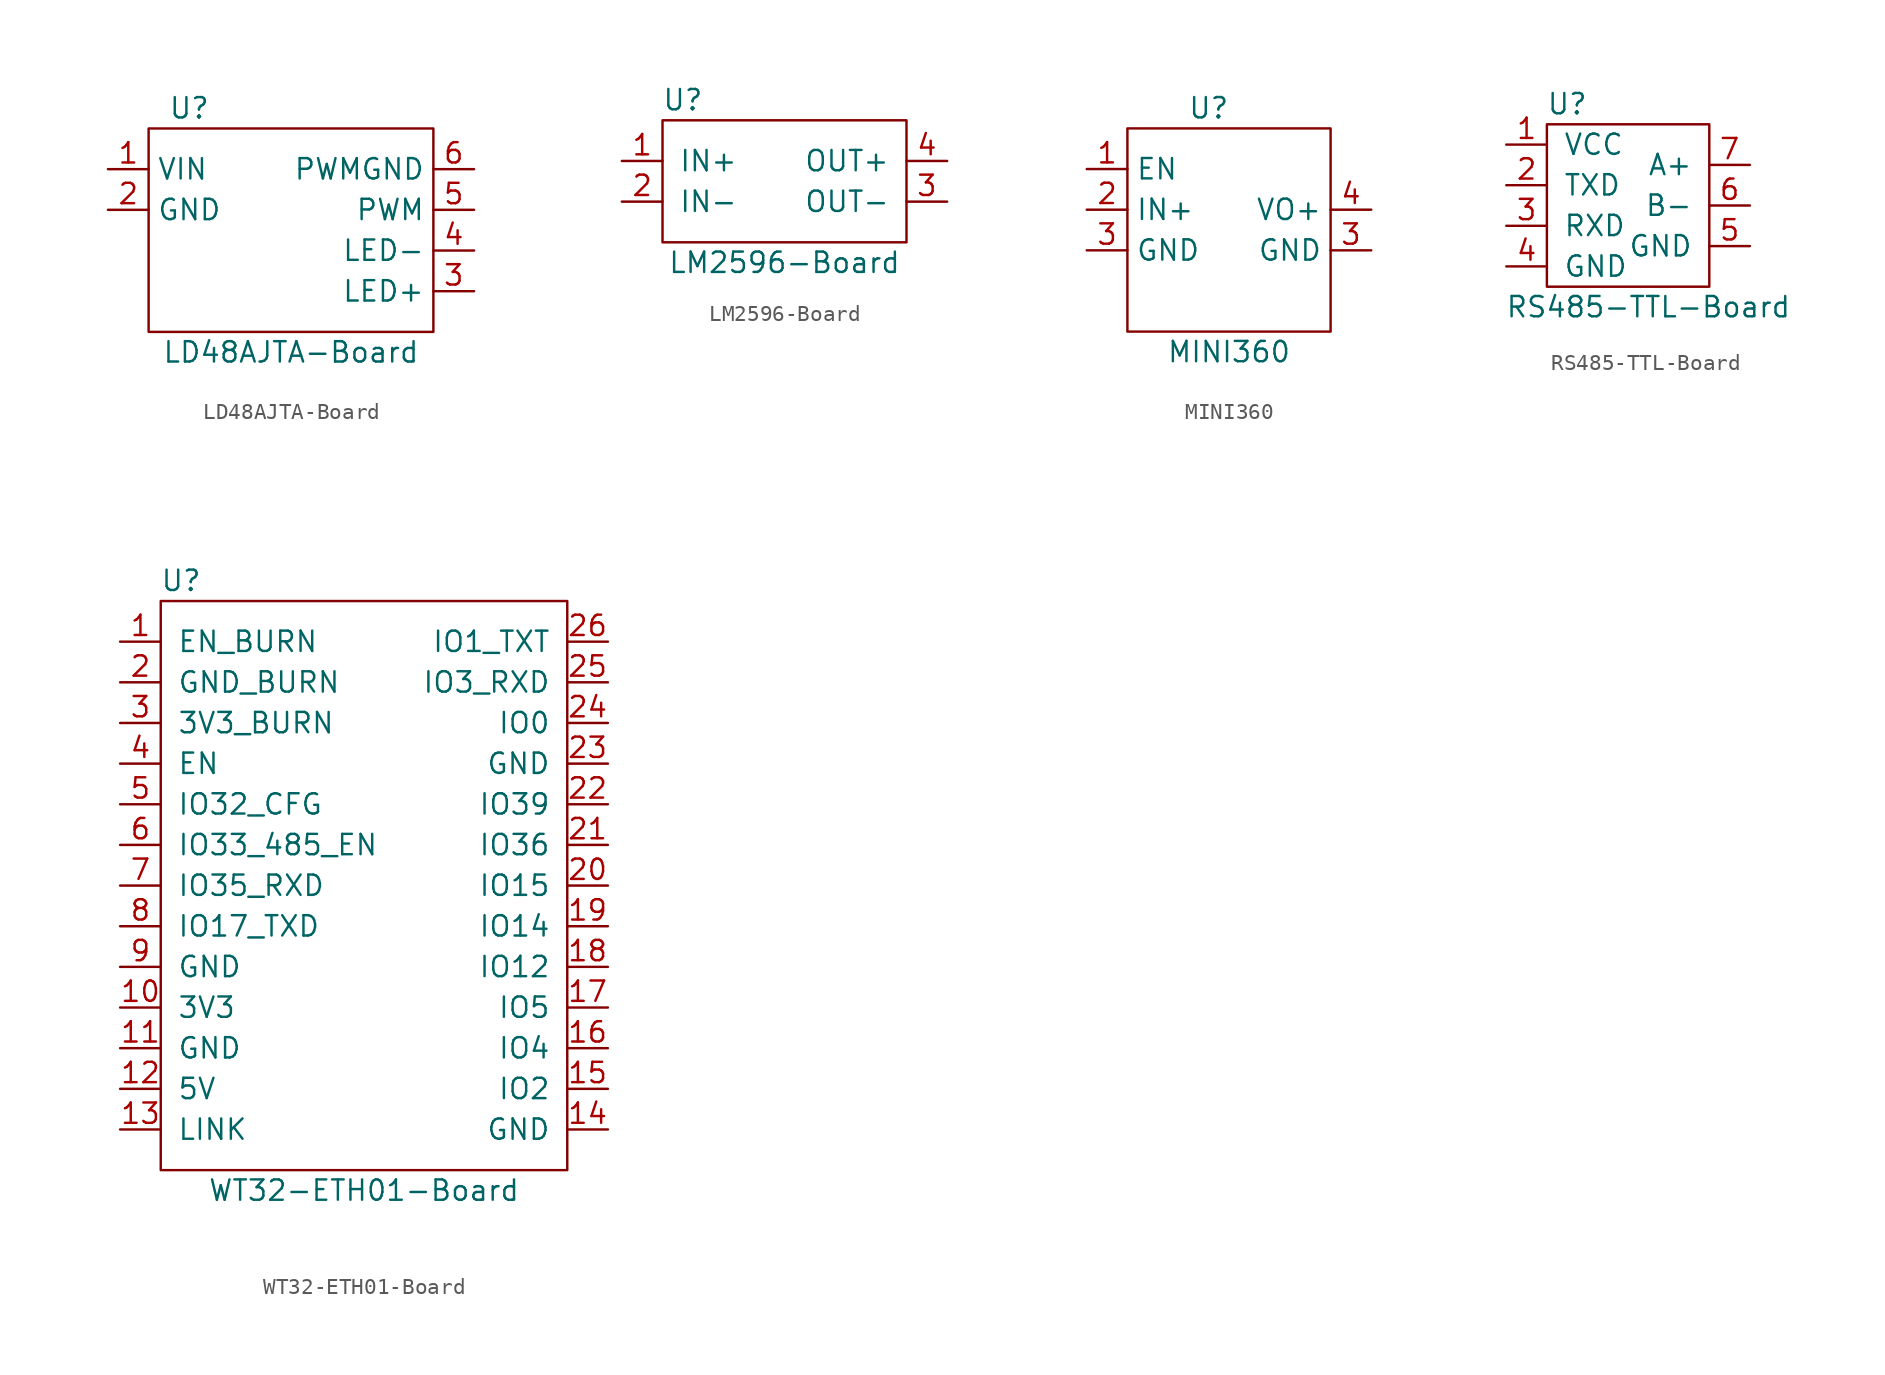
<source format=kicad_sym>
(kicad_symbol_lib
  (version 20210619)
  (generator kicad_symbol_editor)
  (symbol "boards:LD48AJTA-Board"
    (property "Reference" "U"
      (at -6.35 7.62 0)
      (effects (font (size 1.27 1.27))))
    (property "Value" "LD48AJTA-Board"
      (at 0 -7.62 0)
      (effects (font (size 1.27 1.27))))
    (symbol "LD48AJTA-Board_0_1"
      (rectangle (start -8.89 6.35) (end 8.89 -6.35) (stroke (width 0.152)) (fill (type none))))
    (symbol "LD48AJTA-Board_1_1"
      (pin power_in line (at -11.43 3.81 0) (length 2.54) (name "VIN" (effects (font (size 1.27 1.27)))) (number "1" (effects (font (size 1.27 1.27)))))
      (pin power_in line (at -11.43 1.27 0) (length 2.54) (name "GND" (effects (font (size 1.27 1.27)))) (number "2" (effects (font (size 1.27 1.27)))))
      (pin power_out line (at 11.43 -3.81 180) (length 2.54) (name "LED+" (effects (font (size 1.27 1.27)))) (number "3" (effects (font (size 1.27 1.27)))))
      (pin power_out line (at 11.43 -1.27 180) (length 2.54) (name "LED-" (effects (font (size 1.27 1.27)))) (number "4" (effects (font (size 1.27 1.27)))))
      (pin input line (at 11.43 1.27 180) (length 2.54) (name "PWM" (effects (font (size 1.27 1.27)))) (number "5" (effects (font (size 1.27 1.27)))))
      (pin input line (at 11.43 3.81 180) (length 2.54) (name "PWMGND" (effects (font (size 1.27 1.27)))) (number "6" (effects (font (size 1.27 1.27)))))))
  (symbol "boards:LM2596-Board"
    (pin_names
      (offset 1.016))
    (property "Reference" "U"
      (at -6.35 5.08 0)
      (effects (font (size 1.27 1.27))))
    (property "Value" "LM2596-Board"
      (at 0 -5.08 0)
      (effects (font (size 1.27 1.27))))
    (symbol "LM2596-Board_0_1"
      (rectangle (start -7.62 3.81) (end 7.62 -3.81) (stroke (width 0)) (fill (type none))))
    (symbol "LM2596-Board_1_1"
      (pin power_in line (at -10.16 1.27 0) (length 2.54) (name "IN+" (effects (font (size 1.27 1.27)))) (number "1" (effects (font (size 1.27 1.27)))))
      (pin power_in line (at -10.16 -1.27 0) (length 2.54) (name "IN-" (effects (font (size 1.27 1.27)))) (number "2" (effects (font (size 1.27 1.27)))))
      (pin power_out line (at 10.16 -1.27 180) (length 2.54) (name "OUT-" (effects (font (size 1.27 1.27)))) (number "3" (effects (font (size 1.27 1.27)))))
      (pin power_out line (at 10.16 1.27 180) (length 2.54) (name "OUT+" (effects (font (size 1.27 1.27)))) (number "4" (effects (font (size 1.27 1.27)))))))
  (symbol "boards:MINI360"
    (property "Reference" "U"
      (at -1.27 7.62 0)
      (effects (font (size 1.27 1.27))))
    (property "Value" "MINI360"
      (at 0 -7.62 0)
      (effects (font (size 1.27 1.27))))
    (symbol "MINI360_0_1"
      (rectangle (start 6.35 -6.35) (end -6.35 6.35) (stroke (width 0.152)) (fill (type none))))
    (symbol "MINI360_1_1"
      (pin input line (at -8.89 3.81 0) (length 2.54) (name "EN" (effects (font (size 1.27 1.27)))) (number "1" (effects (font (size 1.27 1.27)))))
      (pin power_in line (at -8.89 1.27 0) (length 2.54) (name "IN+" (effects (font (size 1.27 1.27)))) (number "2" (effects (font (size 1.27 1.27)))))
      (pin bidirectional line (at -8.89 -1.27 0) (length 2.54) (name "GND" (effects (font (size 1.27 1.27)))) (number "3" (effects (font (size 1.27 1.27)))))
      (pin bidirectional line (at 8.89 -1.27 180) (length 2.54) (name "GND" (effects (font (size 1.27 1.27)))) (number "3" (effects (font (size 1.27 1.27)))))
      (pin power_out line (at 8.89 1.27 180) (length 2.54) (name "VO+" (effects (font (size 1.27 1.27)))) (number "4" (effects (font (size 1.27 1.27)))))))
  (symbol "boards:RS485-TTL-Board"
    (pin_names
      (offset 1.016))
    (property "Reference" "U"
      (at -3.81 6.35 0)
      (effects (font (size 1.27 1.27))))
    (property "Value" "RS485-TTL-Board"
      (at 1.27 -6.35 0)
      (effects (font (size 1.27 1.27))))
    (symbol "RS485-TTL-Board_0_1"
      (rectangle (start -5.08 5.08) (end 5.08 -5.08) (stroke (width 0)) (fill (type none))))
    (symbol "RS485-TTL-Board_1_1"
      (pin power_in line (at -7.62 3.81 0) (length 2.54) (name "VCC" (effects (font (size 1.27 1.27)))) (number "1" (effects (font (size 1.27 1.27)))))
      (pin output line (at -7.62 1.27 0) (length 2.54) (name "TXD" (effects (font (size 1.27 1.27)))) (number "2" (effects (font (size 1.27 1.27)))))
      (pin input line (at -7.62 -1.27 0) (length 2.54) (name "RXD" (effects (font (size 1.27 1.27)))) (number "3" (effects (font (size 1.27 1.27)))))
      (pin power_in line (at -7.62 -3.81 0) (length 2.54) (name "GND" (effects (font (size 1.27 1.27)))) (number "4" (effects (font (size 1.27 1.27)))))
      (pin power_out line (at 7.62 -2.54 180) (length 2.54) (name "GND" (effects (font (size 1.27 1.27)))) (number "5" (effects (font (size 1.27 1.27)))))
      (pin bidirectional line (at 7.62 0 180) (length 2.54) (name "B-" (effects (font (size 1.27 1.27)))) (number "6" (effects (font (size 1.27 1.27)))))
      (pin bidirectional line (at 7.62 2.54 180) (length 2.54) (name "A+" (effects (font (size 1.27 1.27)))) (number "7" (effects (font (size 1.27 1.27)))))))
  (symbol "boards:WT32-ETH01-Board"
    (pin_names
      (offset 1.016))
    (property "Reference" "U"
      (at -11.43 19.05 0)
      (effects (font (size 1.27 1.27))))
    (property "Value" "WT32-ETH01-Board"
      (at 0 -19.05 0)
      (effects (font (size 1.27 1.27))))
    (symbol "WT32-ETH01-Board_0_1"
      (rectangle (start -12.7 17.78) (end 12.7 -17.78) (stroke (width 0)) (fill (type none))))
    (symbol "WT32-ETH01-Board_1_1"
      (pin input line (at -15.24 15.24 0) (length 2.54) (name "EN_BURN" (effects (font (size 1.27 1.27)))) (number "1" (effects (font (size 1.27 1.27)))))
      (pin power_in line (at -15.24 -7.62 0) (length 2.54) (name "3V3" (effects (font (size 1.27 1.27)))) (number "10" (effects (font (size 1.27 1.27)))))
      (pin power_in line (at -15.24 -10.16 0) (length 2.54) (name "GND" (effects (font (size 1.27 1.27)))) (number "11" (effects (font (size 1.27 1.27)))))
      (pin power_in line (at -15.24 -12.7 0) (length 2.54) (name "5V" (effects (font (size 1.27 1.27)))) (number "12" (effects (font (size 1.27 1.27)))))
      (pin bidirectional line (at -15.24 -15.24 0) (length 2.54) (name "LINK" (effects (font (size 1.27 1.27)))) (number "13" (effects (font (size 1.27 1.27)))))
      (pin power_in line (at 15.24 -15.24 180) (length 2.54) (name "GND" (effects (font (size 1.27 1.27)))) (number "14" (effects (font (size 1.27 1.27)))))
      (pin bidirectional line (at 15.24 -12.7 180) (length 2.54) (name "IO2" (effects (font (size 1.27 1.27)))) (number "15" (effects (font (size 1.27 1.27)))))
      (pin bidirectional line (at 15.24 -10.16 180) (length 2.54) (name "IO4" (effects (font (size 1.27 1.27)))) (number "16" (effects (font (size 1.27 1.27)))))
      (pin bidirectional line (at 15.24 -7.62 180) (length 2.54) (name "IO5" (effects (font (size 1.27 1.27)))) (number "17" (effects (font (size 1.27 1.27)))))
      (pin bidirectional line (at 15.24 -5.08 180) (length 2.54) (name "IO12" (effects (font (size 1.27 1.27)))) (number "18" (effects (font (size 1.27 1.27)))))
      (pin bidirectional line (at 15.24 -2.54 180) (length 2.54) (name "IO14" (effects (font (size 1.27 1.27)))) (number "19" (effects (font (size 1.27 1.27)))))
      (pin power_in line (at -15.24 12.7 0) (length 2.54) (name "GND_BURN" (effects (font (size 1.27 1.27)))) (number "2" (effects (font (size 1.27 1.27)))))
      (pin bidirectional line (at 15.24 0 180) (length 2.54) (name "IO15" (effects (font (size 1.27 1.27)))) (number "20" (effects (font (size 1.27 1.27)))))
      (pin input line (at 15.24 2.54 180) (length 2.54) (name "IO36" (effects (font (size 1.27 1.27)))) (number "21" (effects (font (size 1.27 1.27)))))
      (pin input line (at 15.24 5.08 180) (length 2.54) (name "IO39" (effects (font (size 1.27 1.27)))) (number "22" (effects (font (size 1.27 1.27)))))
      (pin power_in line (at 15.24 7.62 180) (length 2.54) (name "GND" (effects (font (size 1.27 1.27)))) (number "23" (effects (font (size 1.27 1.27)))))
      (pin bidirectional line (at 15.24 10.16 180) (length 2.54) (name "IO0" (effects (font (size 1.27 1.27)))) (number "24" (effects (font (size 1.27 1.27)))))
      (pin bidirectional line (at 15.24 12.7 180) (length 2.54) (name "IO3_RXD" (effects (font (size 1.27 1.27)))) (number "25" (effects (font (size 1.27 1.27)))))
      (pin bidirectional line (at 15.24 15.24 180) (length 2.54) (name "IO1_TXT" (effects (font (size 1.27 1.27)))) (number "26" (effects (font (size 1.27 1.27)))))
      (pin power_in line (at -15.24 10.16 0) (length 2.54) (name "3V3_BURN" (effects (font (size 1.27 1.27)))) (number "3" (effects (font (size 1.27 1.27)))))
      (pin input line (at -15.24 7.62 0) (length 2.54) (name "EN" (effects (font (size 1.27 1.27)))) (number "4" (effects (font (size 1.27 1.27)))))
      (pin bidirectional line (at -15.24 5.08 0) (length 2.54) (name "IO32_CFG" (effects (font (size 1.27 1.27)))) (number "5" (effects (font (size 1.27 1.27)))))
      (pin bidirectional line (at -15.24 2.54 0) (length 2.54) (name "IO33_485_EN" (effects (font (size 1.27 1.27)))) (number "6" (effects (font (size 1.27 1.27)))))
      (pin input line (at -15.24 0 0) (length 2.54) (name "IO35_RXD" (effects (font (size 1.27 1.27)))) (number "7" (effects (font (size 1.27 1.27)))))
      (pin bidirectional line (at -15.24 -2.54 0) (length 2.54) (name "IO17_TXD" (effects (font (size 1.27 1.27)))) (number "8" (effects (font (size 1.27 1.27)))))
      (pin power_in line (at -15.24 -5.08 0) (length 2.54) (name "GND" (effects (font (size 1.27 1.27)))) (number "9" (effects (font (size 1.27 1.27))))))))
</source>
